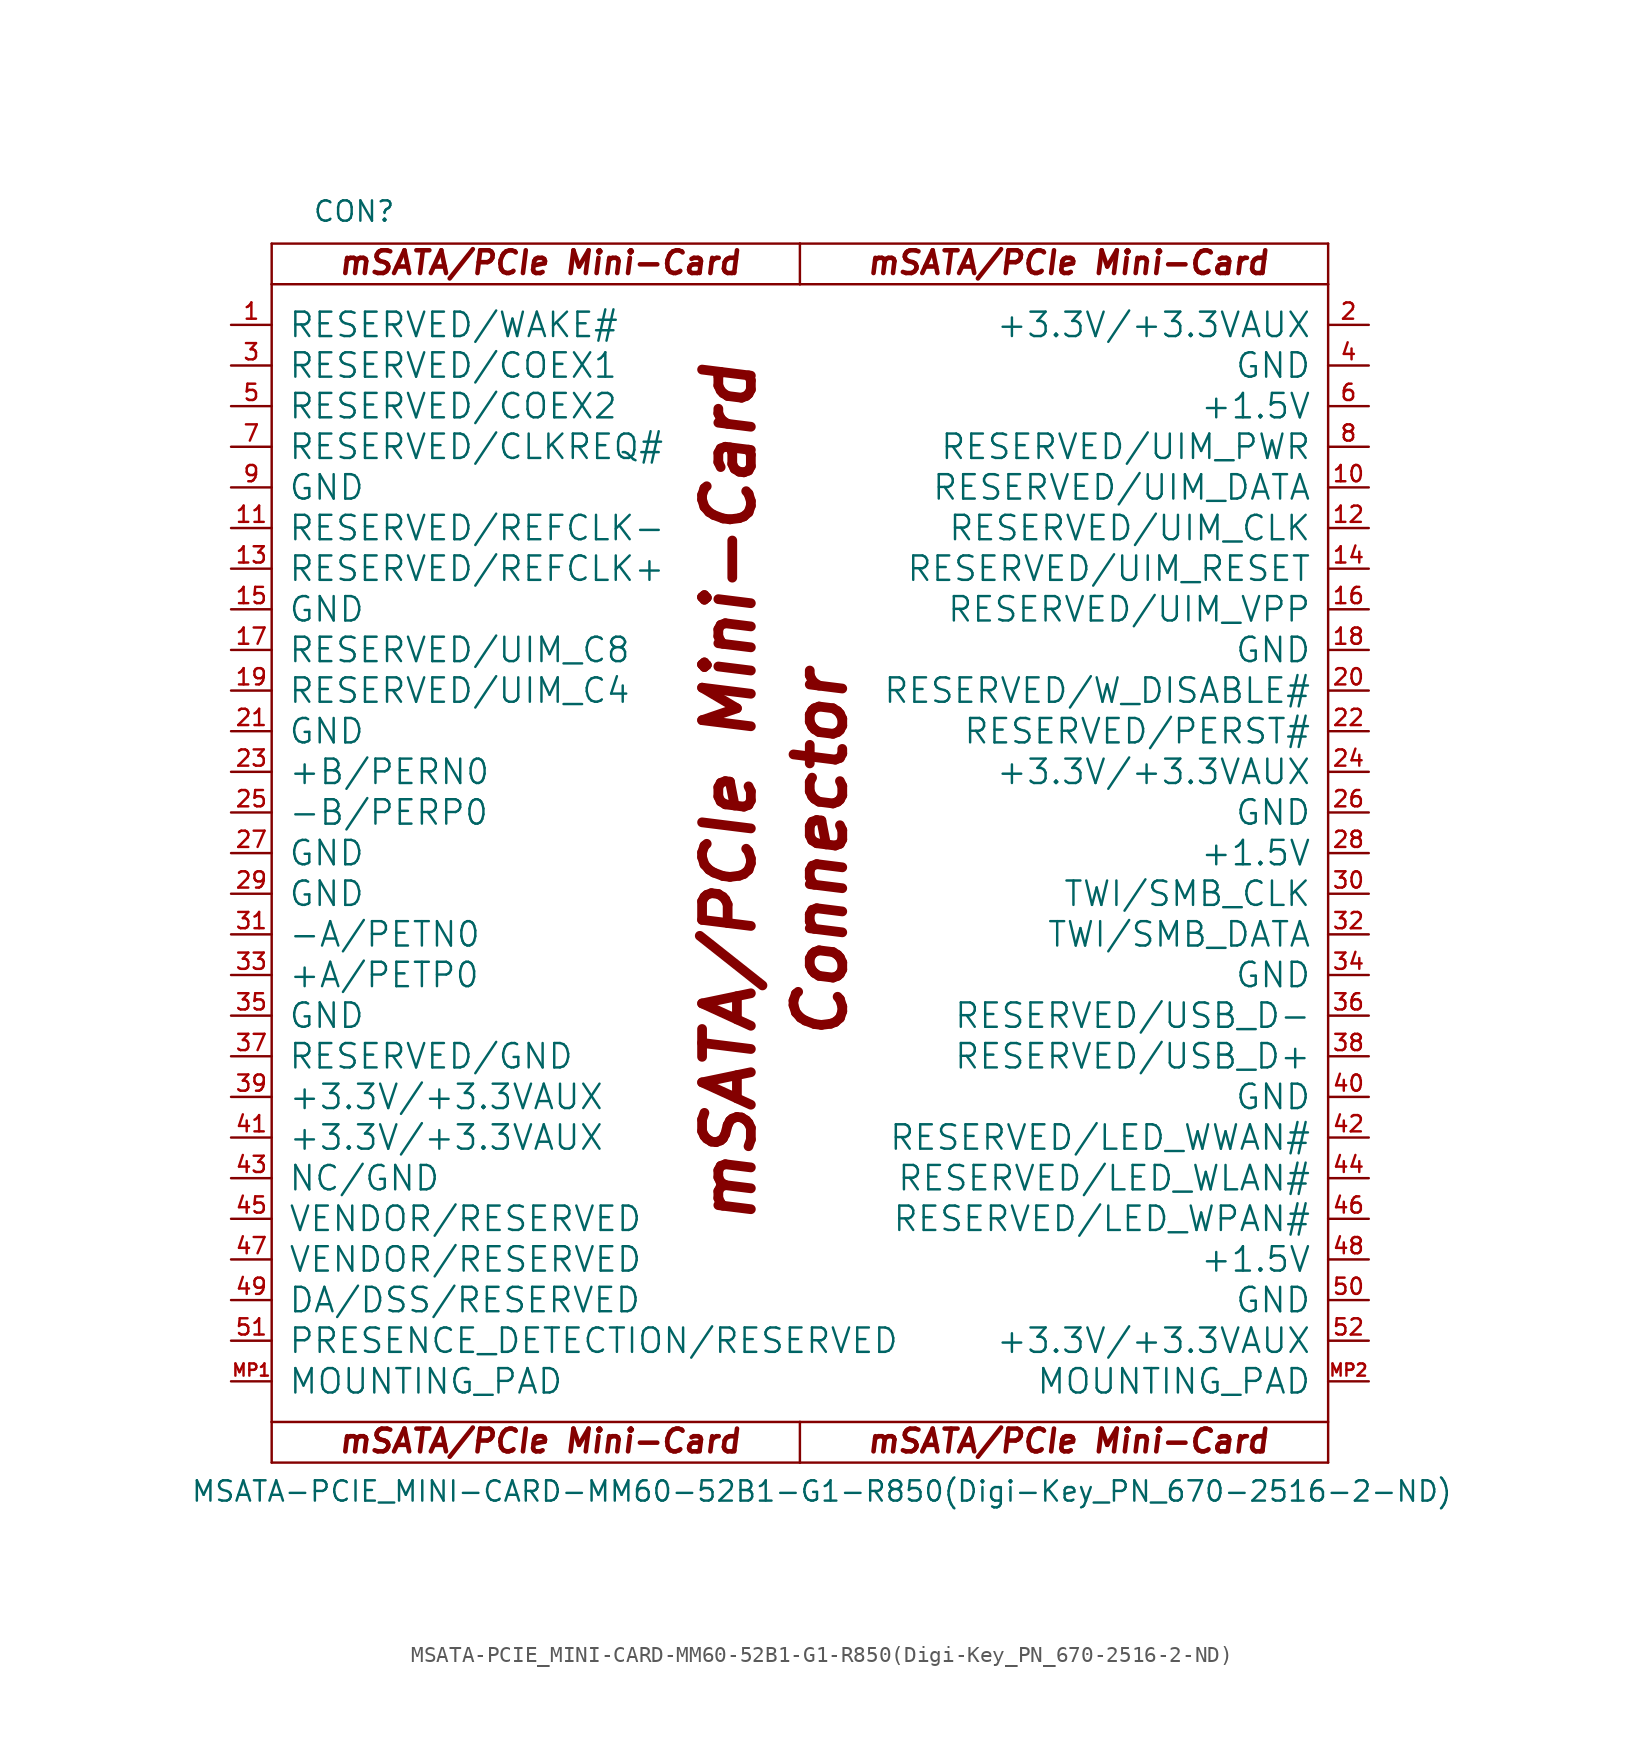
<source format=kicad_sym>
(kicad_symbol_lib
  (version 20211014)
  (generator kicad_symbol_editor)
  (symbol "MSATA-PCIE_MINI-CARD-MM60-52B1-G1-R850(Digi-Key_PN_670-2516-2-ND)"
    (pin_names
      (offset 1.016))
    (property "Reference" "CON"
      (at -30.48 39.37 0)
      (effects (font (size 1.27 1.27)) (justify left bottom)))
    (property "Value" "MSATA-PCIE_MINI-CARD-MM60-52B1-G1-R850(Digi-Key_PN_670-2516-2-ND)"
      (at -38.1 -40.64 0)
      (effects (font (size 1.27 1.27)) (justify left bottom)))
    (symbol "MSATA-PCIE_MINI-CARD-MM60-52B1-G1-R850(Digi-Key_PN_670-2516-2-ND)_1_0"
      (polyline (pts (xy -33.02 -38.1) (xy 0 -38.1)) (stroke (width 0) (type default) (color 0 0 0 0)) (fill (type none)))
      (polyline (pts (xy -33.02 -35.56) (xy -33.02 -38.1)) (stroke (width 0) (type default) (color 0 0 0 0)) (fill (type none)))
      (polyline (pts (xy -33.02 -35.56) (xy 0 -35.56)) (stroke (width 0) (type default) (color 0 0 0 0)) (fill (type none)))
      (polyline (pts (xy -33.02 35.56) (xy -33.02 -35.56)) (stroke (width 0) (type default) (color 0 0 0 0)) (fill (type none)))
      (polyline (pts (xy -33.02 38.1) (xy -33.02 35.56)) (stroke (width 0) (type default) (color 0 0 0 0)) (fill (type none)))
      (polyline (pts (xy 0 -38.1) (xy 33.02 -38.1)) (stroke (width 0) (type default) (color 0 0 0 0)) (fill (type none)))
      (polyline (pts (xy 0 -35.56) (xy 0 -38.1)) (stroke (width 0) (type default) (color 0 0 0 0)) (fill (type none)))
      (polyline (pts (xy 0 -35.56) (xy 33.02 -35.56)) (stroke (width 0) (type default) (color 0 0 0 0)) (fill (type none)))
      (polyline (pts (xy 0 35.56) (xy -33.02 35.56)) (stroke (width 0) (type default) (color 0 0 0 0)) (fill (type none)))
      (polyline (pts (xy 0 38.1) (xy -33.02 38.1)) (stroke (width 0) (type default) (color 0 0 0 0)) (fill (type none)))
      (polyline (pts (xy 0 38.1) (xy 0 35.56)) (stroke (width 0) (type default) (color 0 0 0 0)) (fill (type none)))
      (polyline (pts (xy 33.02 -38.1) (xy 33.02 35.56)) (stroke (width 0) (type default) (color 0 0 0 0)) (fill (type none)))
      (polyline (pts (xy 33.02 35.56) (xy 0 35.56)) (stroke (width 0) (type default) (color 0 0 0 0)) (fill (type none)))
      (polyline (pts (xy 33.02 35.56) (xy 33.02 38.1)) (stroke (width 0) (type default) (color 0 0 0 0)) (fill (type none)))
      (polyline (pts (xy 33.02 38.1) (xy 0 38.1)) (stroke (width 0) (type default) (color 0 0 0 0)) (fill (type none)))
      (text "Connector" (at 1.27 0 900) (effects (font (size 3.048 3.048) bold italic)))
      (text "mSATA/PCIe Mini-Card" (at -16.256 -36.754 0) (effects (font (size 1.422 1.422) bold italic)))
      (text "mSATA/PCIe Mini-Card" (at -16.256 36.906 0) (effects (font (size 1.422 1.422) bold italic)))
      (text "mSATA/PCIe Mini-Card" (at -4.445 3.81 900) (effects (font (size 3.048 3.048) bold italic)))
      (text "mSATA/PCIe Mini-Card" (at 16.764 -36.754 0) (effects (font (size 1.422 1.422) bold italic)))
      (text "mSATA/PCIe Mini-Card" (at 16.764 36.906 0) (effects (font (size 1.422 1.422) bold italic))))
    (symbol "MSATA-PCIE_MINI-CARD-MM60-52B1-G1-R850(Digi-Key_PN_670-2516-2-ND)_1_1"
      (pin bidirectional line (at -35.56 33.02 0) (length 2.54) (name "RESERVED/WAKE#" (effects (font (size 1.524 1.524)))) (number "1" (effects (font (size 1.016 1.016)))))
      (pin bidirectional line (at 35.56 22.86 180) (length 2.54) (name "RESERVED/UIM_DATA" (effects (font (size 1.524 1.524)))) (number "10" (effects (font (size 1.016 1.016)))))
      (pin bidirectional line (at -35.56 20.32 0) (length 2.54) (name "RESERVED/REFCLK-" (effects (font (size 1.524 1.524)))) (number "11" (effects (font (size 1.016 1.016)))))
      (pin bidirectional line (at 35.56 20.32 180) (length 2.54) (name "RESERVED/UIM_CLK" (effects (font (size 1.524 1.524)))) (number "12" (effects (font (size 1.016 1.016)))))
      (pin bidirectional line (at -35.56 17.78 0) (length 2.54) (name "RESERVED/REFCLK+" (effects (font (size 1.524 1.524)))) (number "13" (effects (font (size 1.016 1.016)))))
      (pin bidirectional line (at 35.56 17.78 180) (length 2.54) (name "RESERVED/UIM_RESET" (effects (font (size 1.524 1.524)))) (number "14" (effects (font (size 1.016 1.016)))))
      (pin power_in line (at -35.56 15.24 0) (length 2.54) (name "GND" (effects (font (size 1.524 1.524)))) (number "15" (effects (font (size 1.016 1.016)))))
      (pin bidirectional line (at 35.56 15.24 180) (length 2.54) (name "RESERVED/UIM_VPP" (effects (font (size 1.524 1.524)))) (number "16" (effects (font (size 1.016 1.016)))))
      (pin bidirectional line (at -35.56 12.7 0) (length 2.54) (name "RESERVED/UIM_C8" (effects (font (size 1.524 1.524)))) (number "17" (effects (font (size 1.016 1.016)))))
      (pin power_in line (at 35.56 12.7 180) (length 2.54) (name "GND" (effects (font (size 1.524 1.524)))) (number "18" (effects (font (size 1.016 1.016)))))
      (pin bidirectional line (at -35.56 10.16 0) (length 2.54) (name "RESERVED/UIM_C4" (effects (font (size 1.524 1.524)))) (number "19" (effects (font (size 1.016 1.016)))))
      (pin power_in line (at 35.56 33.02 180) (length 2.54) (name "+3.3V/+3.3VAUX" (effects (font (size 1.524 1.524)))) (number "2" (effects (font (size 1.016 1.016)))))
      (pin bidirectional line (at 35.56 10.16 180) (length 2.54) (name "RESERVED/W_DISABLE#" (effects (font (size 1.524 1.524)))) (number "20" (effects (font (size 1.016 1.016)))))
      (pin power_in line (at -35.56 7.62 0) (length 2.54) (name "GND" (effects (font (size 1.524 1.524)))) (number "21" (effects (font (size 1.016 1.016)))))
      (pin bidirectional line (at 35.56 7.62 180) (length 2.54) (name "RESERVED/PERST#" (effects (font (size 1.524 1.524)))) (number "22" (effects (font (size 1.016 1.016)))))
      (pin bidirectional line (at -35.56 5.08 0) (length 2.54) (name "+B/PERN0" (effects (font (size 1.524 1.524)))) (number "23" (effects (font (size 1.016 1.016)))))
      (pin power_in line (at 35.56 5.08 180) (length 2.54) (name "+3.3V/+3.3VAUX" (effects (font (size 1.524 1.524)))) (number "24" (effects (font (size 1.016 1.016)))))
      (pin bidirectional line (at -35.56 2.54 0) (length 2.54) (name "-B/PERP0" (effects (font (size 1.524 1.524)))) (number "25" (effects (font (size 1.016 1.016)))))
      (pin power_in line (at 35.56 2.54 180) (length 2.54) (name "GND" (effects (font (size 1.524 1.524)))) (number "26" (effects (font (size 1.016 1.016)))))
      (pin power_in line (at -35.56 0 0) (length 2.54) (name "GND" (effects (font (size 1.524 1.524)))) (number "27" (effects (font (size 1.016 1.016)))))
      (pin power_in line (at 35.56 0 180) (length 2.54) (name "+1.5V" (effects (font (size 1.524 1.524)))) (number "28" (effects (font (size 1.016 1.016)))))
      (pin power_in line (at -35.56 -2.54 0) (length 2.54) (name "GND" (effects (font (size 1.524 1.524)))) (number "29" (effects (font (size 1.016 1.016)))))
      (pin bidirectional line (at -35.56 30.48 0) (length 2.54) (name "RESERVED/COEX1" (effects (font (size 1.524 1.524)))) (number "3" (effects (font (size 1.016 1.016)))))
      (pin bidirectional line (at 35.56 -2.54 180) (length 2.54) (name "TWI/SMB_CLK" (effects (font (size 1.524 1.524)))) (number "30" (effects (font (size 1.016 1.016)))))
      (pin bidirectional line (at -35.56 -5.08 0) (length 2.54) (name "-A/PETN0" (effects (font (size 1.524 1.524)))) (number "31" (effects (font (size 1.016 1.016)))))
      (pin bidirectional line (at 35.56 -5.08 180) (length 2.54) (name "TWI/SMB_DATA" (effects (font (size 1.524 1.524)))) (number "32" (effects (font (size 1.016 1.016)))))
      (pin bidirectional line (at -35.56 -7.62 0) (length 2.54) (name "+A/PETP0" (effects (font (size 1.524 1.524)))) (number "33" (effects (font (size 1.016 1.016)))))
      (pin power_in line (at 35.56 -7.62 180) (length 2.54) (name "GND" (effects (font (size 1.524 1.524)))) (number "34" (effects (font (size 1.016 1.016)))))
      (pin power_in line (at -35.56 -10.16 0) (length 2.54) (name "GND" (effects (font (size 1.524 1.524)))) (number "35" (effects (font (size 1.016 1.016)))))
      (pin bidirectional line (at 35.56 -10.16 180) (length 2.54) (name "RESERVED/USB_D-" (effects (font (size 1.524 1.524)))) (number "36" (effects (font (size 1.016 1.016)))))
      (pin input line (at -35.56 -12.7 0) (length 2.54) (name "RESERVED/GND" (effects (font (size 1.524 1.524)))) (number "37" (effects (font (size 1.016 1.016)))))
      (pin bidirectional line (at 35.56 -12.7 180) (length 2.54) (name "RESERVED/USB_D+" (effects (font (size 1.524 1.524)))) (number "38" (effects (font (size 1.016 1.016)))))
      (pin power_in line (at -35.56 -15.24 0) (length 2.54) (name "+3.3V/+3.3VAUX" (effects (font (size 1.524 1.524)))) (number "39" (effects (font (size 1.016 1.016)))))
      (pin power_in line (at 35.56 30.48 180) (length 2.54) (name "GND" (effects (font (size 1.524 1.524)))) (number "4" (effects (font (size 1.016 1.016)))))
      (pin power_in line (at 35.56 -15.24 180) (length 2.54) (name "GND" (effects (font (size 1.524 1.524)))) (number "40" (effects (font (size 1.016 1.016)))))
      (pin power_in line (at -35.56 -17.78 0) (length 2.54) (name "+3.3V/+3.3VAUX" (effects (font (size 1.524 1.524)))) (number "41" (effects (font (size 1.016 1.016)))))
      (pin bidirectional line (at 35.56 -17.78 180) (length 2.54) (name "RESERVED/LED_WWAN#" (effects (font (size 1.524 1.524)))) (number "42" (effects (font (size 1.016 1.016)))))
      (pin input line (at -35.56 -20.32 0) (length 2.54) (name "NC/GND" (effects (font (size 1.524 1.524)))) (number "43" (effects (font (size 1.016 1.016)))))
      (pin bidirectional line (at 35.56 -20.32 180) (length 2.54) (name "RESERVED/LED_WLAN#" (effects (font (size 1.524 1.524)))) (number "44" (effects (font (size 1.016 1.016)))))
      (pin bidirectional line (at -35.56 -22.86 0) (length 2.54) (name "VENDOR/RESERVED" (effects (font (size 1.524 1.524)))) (number "45" (effects (font (size 1.016 1.016)))))
      (pin bidirectional line (at 35.56 -22.86 180) (length 2.54) (name "RESERVED/LED_WPAN#" (effects (font (size 1.524 1.524)))) (number "46" (effects (font (size 1.016 1.016)))))
      (pin bidirectional line (at -35.56 -25.4 0) (length 2.54) (name "VENDOR/RESERVED" (effects (font (size 1.524 1.524)))) (number "47" (effects (font (size 1.016 1.016)))))
      (pin power_in line (at 35.56 -25.4 180) (length 2.54) (name "+1.5V" (effects (font (size 1.524 1.524)))) (number "48" (effects (font (size 1.016 1.016)))))
      (pin bidirectional line (at -35.56 -27.94 0) (length 2.54) (name "DA/DSS/RESERVED" (effects (font (size 1.524 1.524)))) (number "49" (effects (font (size 1.016 1.016)))))
      (pin bidirectional line (at -35.56 27.94 0) (length 2.54) (name "RESERVED/COEX2" (effects (font (size 1.524 1.524)))) (number "5" (effects (font (size 1.016 1.016)))))
      (pin power_in line (at 35.56 -27.94 180) (length 2.54) (name "GND" (effects (font (size 1.524 1.524)))) (number "50" (effects (font (size 1.016 1.016)))))
      (pin bidirectional line (at -35.56 -30.48 0) (length 2.54) (name "PRESENCE_DETECTION/RESERVED" (effects (font (size 1.524 1.524)))) (number "51" (effects (font (size 1.016 1.016)))))
      (pin power_in line (at 35.56 -30.48 180) (length 2.54) (name "+3.3V/+3.3VAUX" (effects (font (size 1.524 1.524)))) (number "52" (effects (font (size 1.016 1.016)))))
      (pin power_in line (at 35.56 27.94 180) (length 2.54) (name "+1.5V" (effects (font (size 1.524 1.524)))) (number "6" (effects (font (size 1.016 1.016)))))
      (pin bidirectional line (at -35.56 25.4 0) (length 2.54) (name "RESERVED/CLKREQ#" (effects (font (size 1.524 1.524)))) (number "7" (effects (font (size 1.016 1.016)))))
      (pin power_out line (at 35.56 25.4 180) (length 2.54) (name "RESERVED/UIM_PWR" (effects (font (size 1.524 1.524)))) (number "8" (effects (font (size 1.016 1.016)))))
      (pin power_in line (at -35.56 22.86 0) (length 2.54) (name "GND" (effects (font (size 1.524 1.524)))) (number "9" (effects (font (size 1.016 1.016)))))
      (pin passive line (at -35.56 -33.02 0) (length 2.54) (name "MOUNTING_PAD" (effects (font (size 1.524 1.524)))) (number "MP1" (effects (font (size 0.762 0.762)))))
      (pin passive line (at 35.56 -33.02 180) (length 2.54) (name "MOUNTING_PAD" (effects (font (size 1.524 1.524)))) (number "MP2" (effects (font (size 0.762 0.762))))))))
</source>
